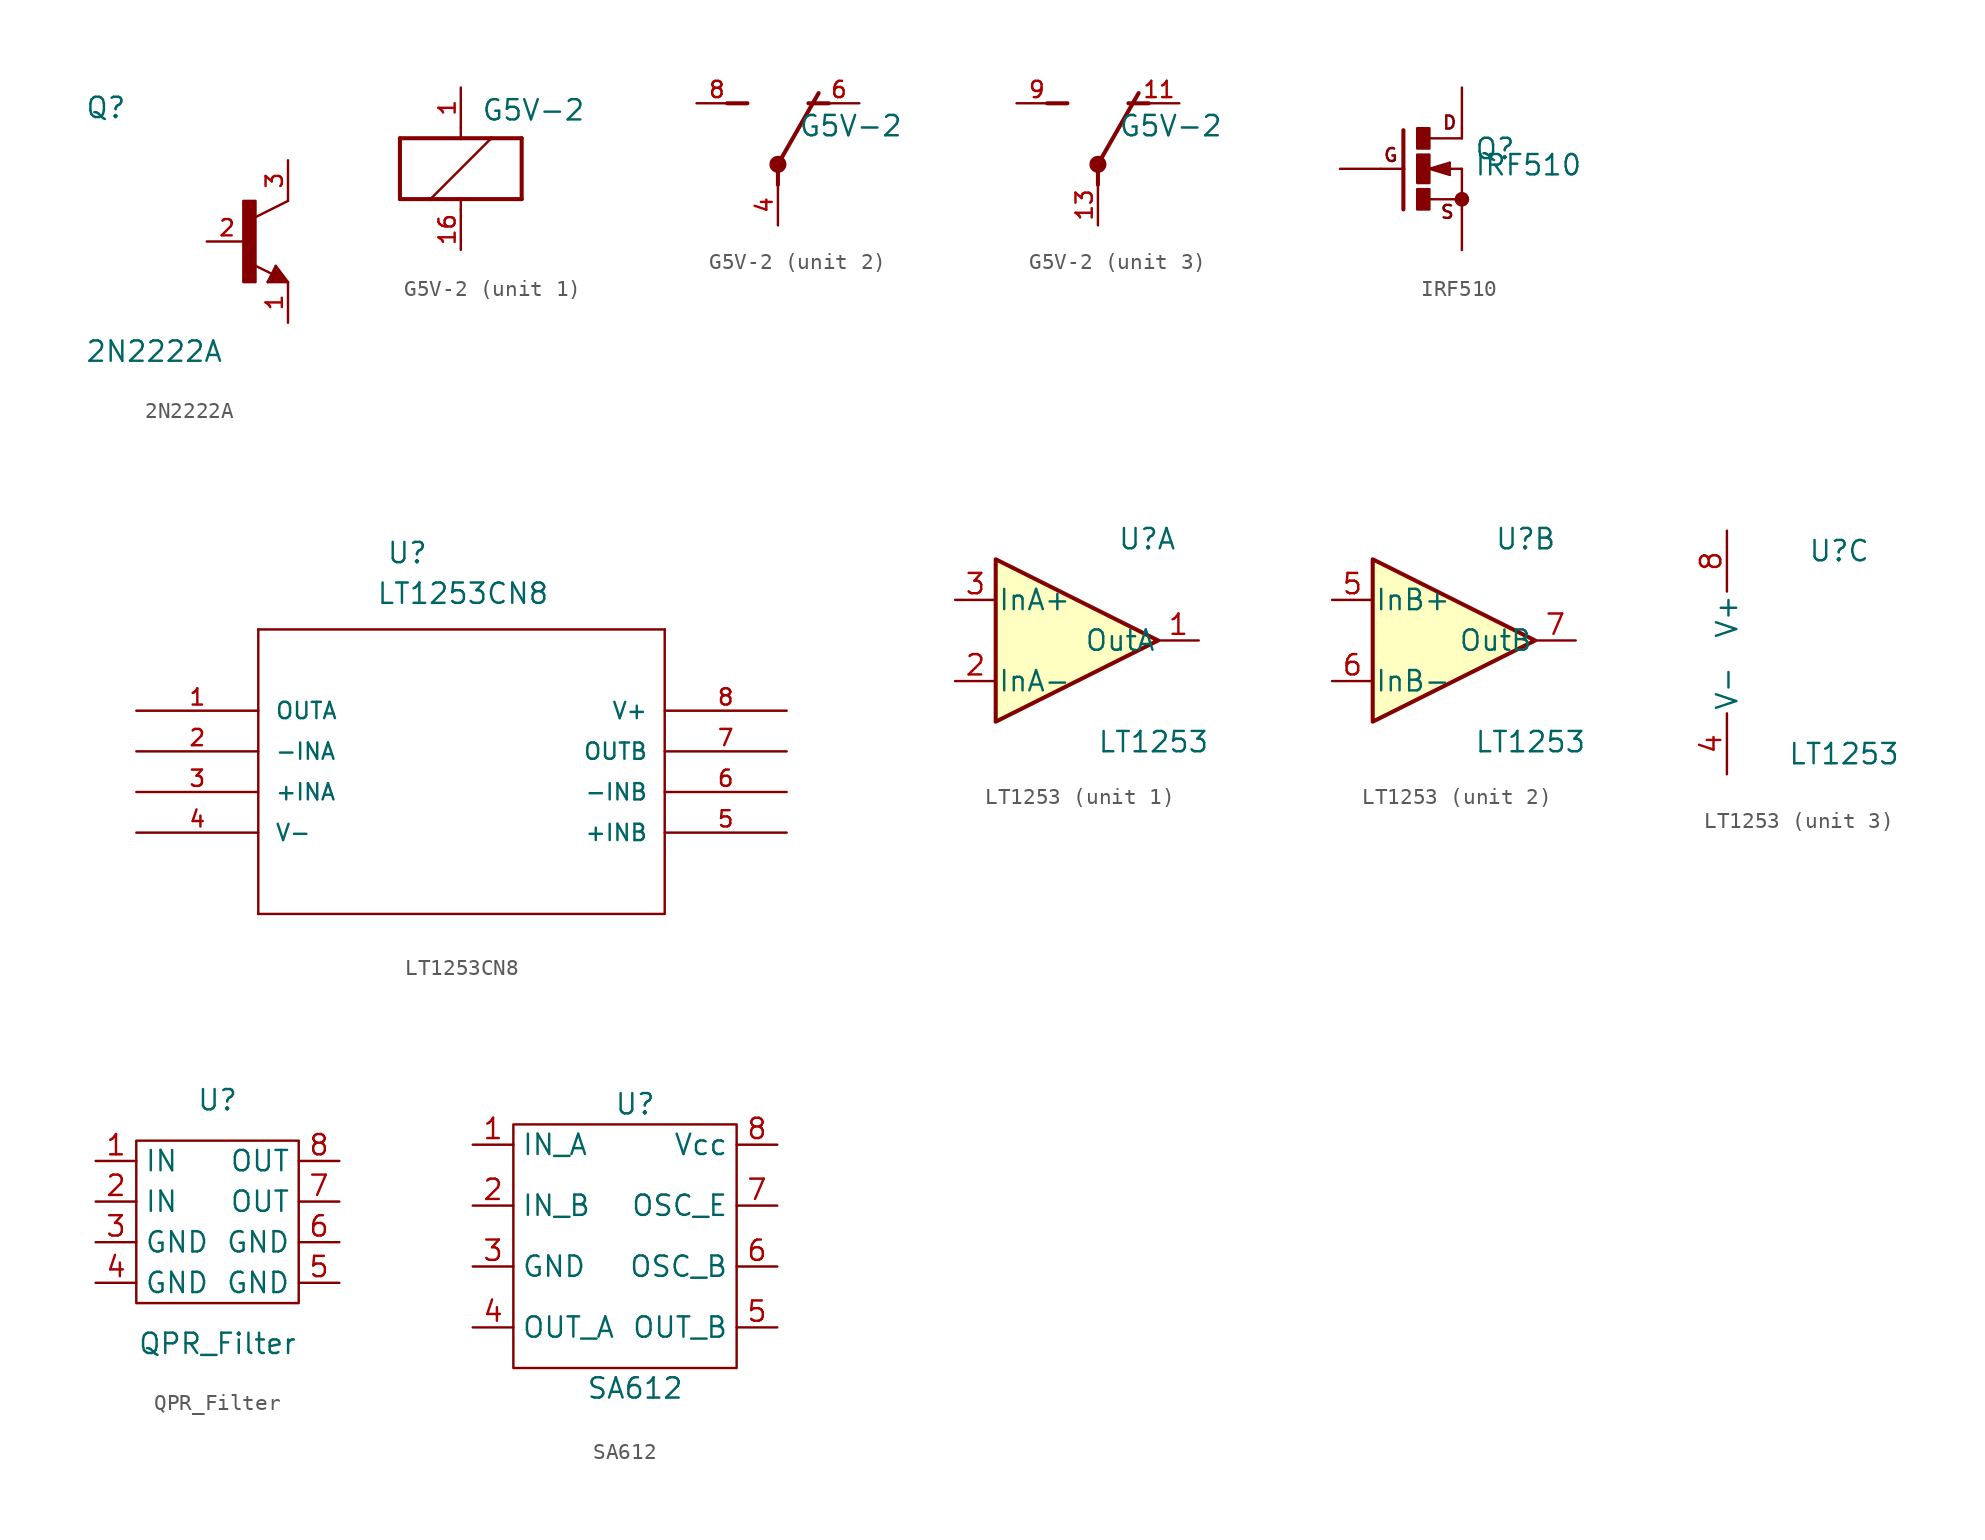
<source format=kicad_sym>
(kicad_symbol_lib
  (version 20211014)
  (generator kicad_symbol_editor)
  (symbol "2N2222A"
    (pin_names
      (offset 1.016) hide)
    (property "Reference" "Q"
      (at -10.16 7.62 0)
      (effects (font (size 1.27 1.27)) (justify left bottom)))
    (property "Value" "2N2222A"
      (at -10.16 -7.62 0)
      (effects (font (size 1.27 1.27)) (justify left bottom)))
    (property "ki_locked" ""
      (at 0 0 0)
      (effects (font (size 1.27 1.27))))
    (symbol "2N2222A_0_0"
      (rectangle (start -0.254 -2.54) (end 0.508 2.54) (stroke (width 0) (type default) (color 0 0 0 0)) (fill (type outline)))
      (polyline (pts (xy 1.27 -2.54) (xy 1.778 -1.524)) (stroke (width 0.152) (type default) (color 0 0 0 0)) (fill (type none)))
      (polyline (pts (xy 1.524 -2.413) (xy 2.286 -2.413)) (stroke (width 0.254) (type default) (color 0 0 0 0)) (fill (type none)))
      (polyline (pts (xy 1.524 -2.286) (xy 1.905 -2.286)) (stroke (width 0.254) (type default) (color 0 0 0 0)) (fill (type none)))
      (polyline (pts (xy 1.549 -2.032) (xy 0.305 -1.422)) (stroke (width 0.152) (type default) (color 0 0 0 0)) (fill (type none)))
      (polyline (pts (xy 1.778 -1.778) (xy 1.524 -2.286)) (stroke (width 0.254) (type default) (color 0 0 0 0)) (fill (type none)))
      (polyline (pts (xy 1.778 -1.524) (xy 2.54 -2.54)) (stroke (width 0.152) (type default) (color 0 0 0 0)) (fill (type none)))
      (polyline (pts (xy 1.905 -2.286) (xy 1.778 -2.032)) (stroke (width 0.254) (type default) (color 0 0 0 0)) (fill (type none)))
      (polyline (pts (xy 2.286 -2.413) (xy 1.778 -1.778)) (stroke (width 0.254) (type default) (color 0 0 0 0)) (fill (type none)))
      (polyline (pts (xy 2.54 -2.54) (xy 1.27 -2.54)) (stroke (width 0.152) (type default) (color 0 0 0 0)) (fill (type none)))
      (polyline (pts (xy 2.54 2.54) (xy 0.508 1.524)) (stroke (width 0.152) (type default) (color 0 0 0 0)) (fill (type none)))
      (pin passive line (at 2.54 -5.08 90) (length 2.54) (name "~" (effects (font (size 1.016 1.016)))) (number "1" (effects (font (size 1.016 1.016)))))
      (pin passive line (at -2.54 0 0) (length 2.54) (name "~" (effects (font (size 1.016 1.016)))) (number "2" (effects (font (size 1.016 1.016)))))
      (pin passive line (at 2.54 5.08 270) (length 2.54) (name "~" (effects (font (size 1.016 1.016)))) (number "3" (effects (font (size 1.016 1.016)))))))
  (symbol "G5V-2"
    (pin_names
      (offset 1.016) hide)
    (property "Reference" "K"
      (at 0 0 0)
      (effects (font (size 1.27 1.27)) (justify left bottom) hide))
    (property "Value" "G5V-2"
      (at 1.27 2.921 0)
      (effects (font (size 1.27 1.27)) (justify left bottom)))
    (property "ki_locked" ""
      (at 0 0 0)
      (effects (font (size 1.27 1.27))))
    (symbol "G5V-2_1_0"
      (polyline (pts (xy -3.81 -1.905) (xy -1.905 -1.905)) (stroke (width 0.254) (type default) (color 0 0 0 0)) (fill (type none)))
      (polyline (pts (xy -3.81 1.905) (xy -3.81 -1.905)) (stroke (width 0.254) (type default) (color 0 0 0 0)) (fill (type none)))
      (polyline (pts (xy -1.905 -1.905) (xy 0 -1.905)) (stroke (width 0.254) (type default) (color 0 0 0 0)) (fill (type none)))
      (polyline (pts (xy -1.905 -1.905) (xy 1.905 1.905)) (stroke (width 0.152) (type default) (color 0 0 0 0)) (fill (type none)))
      (polyline (pts (xy 0 -2.54) (xy 0 -1.905)) (stroke (width 0.152) (type default) (color 0 0 0 0)) (fill (type none)))
      (polyline (pts (xy 0 -1.905) (xy 3.81 -1.905)) (stroke (width 0.254) (type default) (color 0 0 0 0)) (fill (type none)))
      (polyline (pts (xy 0 1.905) (xy -3.81 1.905)) (stroke (width 0.254) (type default) (color 0 0 0 0)) (fill (type none)))
      (polyline (pts (xy 0 2.54) (xy 0 1.905)) (stroke (width 0.152) (type default) (color 0 0 0 0)) (fill (type none)))
      (polyline (pts (xy 1.905 1.905) (xy 0 1.905)) (stroke (width 0.254) (type default) (color 0 0 0 0)) (fill (type none)))
      (polyline (pts (xy 3.81 -1.905) (xy 3.81 1.905)) (stroke (width 0.254) (type default) (color 0 0 0 0)) (fill (type none)))
      (polyline (pts (xy 3.81 1.905) (xy 1.905 1.905)) (stroke (width 0.254) (type default) (color 0 0 0 0)) (fill (type none)))
      (pin passive line (at 0 5.08 270) (length 2.54) (name "~" (effects (font (size 1.016 1.016)))) (number "1" (effects (font (size 1.016 1.016)))))
      (pin passive line (at 0 -5.08 90) (length 2.54) (name "~" (effects (font (size 1.016 1.016)))) (number "16" (effects (font (size 1.016 1.016))))))
    (symbol "G5V-2_2_0"
      (polyline (pts (xy -3.175 5.08) (xy -1.905 5.08)) (stroke (width 0.254) (type default) (color 0 0 0 0)) (fill (type none)))
      (polyline (pts (xy 0 1.27) (xy 0 0)) (stroke (width 0.254) (type default) (color 0 0 0 0)) (fill (type none)))
      (polyline (pts (xy 0 1.27) (xy 2.54 5.715)) (stroke (width 0.254) (type default) (color 0 0 0 0)) (fill (type none)))
      (polyline (pts (xy 3.175 5.08) (xy 1.905 5.08)) (stroke (width 0.254) (type default) (color 0 0 0 0)) (fill (type none)))
      (circle (center 0 1.27) (radius 0.127) (stroke (width 0.406) (type default) (color 0 0 0 0)) (fill (type none)))
      (pin passive line (at 0 -2.54 90) (length 2.54) (name "~" (effects (font (size 1.016 1.016)))) (number "4" (effects (font (size 1.016 1.016)))))
      (pin passive line (at 5.08 5.08 180) (length 2.54) (name "~" (effects (font (size 1.016 1.016)))) (number "6" (effects (font (size 1.016 1.016)))))
      (pin passive line (at -5.08 5.08 0) (length 2.54) (name "~" (effects (font (size 1.016 1.016)))) (number "8" (effects (font (size 1.016 1.016))))))
    (symbol "G5V-2_3_0"
      (polyline (pts (xy -3.175 5.08) (xy -1.905 5.08)) (stroke (width 0.254) (type default) (color 0 0 0 0)) (fill (type none)))
      (polyline (pts (xy 0 1.27) (xy 0 0)) (stroke (width 0.254) (type default) (color 0 0 0 0)) (fill (type none)))
      (polyline (pts (xy 0 1.27) (xy 2.54 5.715)) (stroke (width 0.254) (type default) (color 0 0 0 0)) (fill (type none)))
      (polyline (pts (xy 3.175 5.08) (xy 1.905 5.08)) (stroke (width 0.254) (type default) (color 0 0 0 0)) (fill (type none)))
      (circle (center 0 1.27) (radius 0.127) (stroke (width 0.406) (type default) (color 0 0 0 0)) (fill (type none)))
      (pin passive line (at 5.08 5.08 180) (length 2.54) (name "~" (effects (font (size 1.016 1.016)))) (number "11" (effects (font (size 1.016 1.016)))))
      (pin passive line (at 0 -2.54 90) (length 2.54) (name "~" (effects (font (size 1.016 1.016)))) (number "13" (effects (font (size 1.016 1.016)))))
      (pin passive line (at -5.08 5.08 0) (length 2.54) (name "~" (effects (font (size 1.016 1.016)))) (number "9" (effects (font (size 1.016 1.016)))))))
  (symbol "IRF510"
    (pin_numbers hide)
    (pin_names
      (offset 1.016) hide)
    (property "Reference" "Q"
      (at 3.302 0.508 0)
      (effects (font (size 1.27 1.27)) (justify left bottom)))
    (property "Value" "IRF510"
      (at 3.302 -0.508 0)
      (effects (font (size 1.27 1.27)) (justify left bottom)))
    (property "ki_locked" ""
      (at 0 0 0)
      (effects (font (size 1.27 1.27))))
    (symbol "IRF510_0_0"
      (rectangle (start -0.254 -2.54) (end 0.508 -1.27) (stroke (width 0) (type default) (color 0 0 0 0)) (fill (type outline)))
      (rectangle (start -0.254 -0.889) (end 0.508 0.889) (stroke (width 0) (type default) (color 0 0 0 0)) (fill (type outline)))
      (rectangle (start -0.254 1.27) (end 0.508 2.54) (stroke (width 0) (type default) (color 0 0 0 0)) (fill (type outline)))
      (polyline (pts (xy -1.118 0) (xy -2.54 0)) (stroke (width 0.152) (type default) (color 0 0 0 0)) (fill (type none)))
      (polyline (pts (xy -1.118 0) (xy -1.118 -2.54)) (stroke (width 0.254) (type default) (color 0 0 0 0)) (fill (type none)))
      (polyline (pts (xy -1.118 2.413) (xy -1.118 0)) (stroke (width 0.254) (type default) (color 0 0 0 0)) (fill (type none)))
      (polyline (pts (xy 0.508 -1.905) (xy 2.54 -1.905)) (stroke (width 0.152) (type default) (color 0 0 0 0)) (fill (type none)))
      (polyline (pts (xy 0.508 0) (xy 1.143 0)) (stroke (width 0.152) (type default) (color 0 0 0 0)) (fill (type none)))
      (polyline (pts (xy 0.508 0) (xy 1.778 0.381)) (stroke (width 0.152) (type default) (color 0 0 0 0)) (fill (type none)))
      (polyline (pts (xy 1.143 0) (xy 1.651 -0.127)) (stroke (width 0.305) (type default) (color 0 0 0 0)) (fill (type none)))
      (polyline (pts (xy 1.143 0) (xy 2.54 0)) (stroke (width 0.152) (type default) (color 0 0 0 0)) (fill (type none)))
      (polyline (pts (xy 1.651 0.127) (xy 1.143 0)) (stroke (width 0.305) (type default) (color 0 0 0 0)) (fill (type none)))
      (polyline (pts (xy 1.778 -0.381) (xy 0.508 0)) (stroke (width 0.152) (type default) (color 0 0 0 0)) (fill (type none)))
      (polyline (pts (xy 1.778 0.381) (xy 1.778 -0.381)) (stroke (width 0.152) (type default) (color 0 0 0 0)) (fill (type none)))
      (polyline (pts (xy 2.54 -1.905) (xy 2.54 -2.54)) (stroke (width 0.152) (type default) (color 0 0 0 0)) (fill (type none)))
      (polyline (pts (xy 2.54 0) (xy 2.54 -1.905)) (stroke (width 0.152) (type default) (color 0 0 0 0)) (fill (type none)))
      (polyline (pts (xy 2.54 1.905) (xy 0.533 1.905)) (stroke (width 0.152) (type default) (color 0 0 0 0)) (fill (type none)))
      (polyline (pts (xy 2.54 2.54) (xy 2.54 1.905)) (stroke (width 0.152) (type default) (color 0 0 0 0)) (fill (type none)))
      (circle (center 2.54 -1.905) (radius 0.254) (stroke (width 0.406) (type default) (color 0 0 0 0)) (fill (type none)))
      (text "D" (at 1.27 2.413 0) (effects (font (size 0.813 0.813)) (justify left bottom)))
      (text "G" (at -2.413 0.381 0) (effects (font (size 0.813 0.813)) (justify left bottom)))
      (text "S" (at 1.143 -3.175 0) (effects (font (size 0.813 0.813)) (justify left bottom)))
      (pin passive line (at 2.54 -5.08 90) (length 2.54) (name "~" (effects (font (size 1.016 1.016)))) (number "1" (effects (font (size 1.016 1.016)))))
      (pin passive line (at 2.54 5.08 270) (length 2.54) (name "~" (effects (font (size 1.016 1.016)))) (number "2" (effects (font (size 1.016 1.016)))))
      (pin passive line (at -5.08 0 0) (length 2.54) (name "~" (effects (font (size 1.016 1.016)))) (number "3" (effects (font (size 1.016 1.016)))))))
  (symbol "LT1253CN8"
    (pin_names
      (offset 1.016))
    (property "Reference" "U"
      (at 15.621 9.119 0)
      (effects (font (size 1.27 1.27)) (justify left bottom)))
    (property "Value" "LT1253CN8"
      (at 14.986 6.579 0)
      (effects (font (size 1.27 1.27)) (justify left bottom)))
    (property "ki_locked" ""
      (at 0 0 0)
      (effects (font (size 1.27 1.27))))
    (symbol "LT1253CN8_0_0"
      (polyline (pts (xy 7.62 -12.7) (xy 33.02 -12.7)) (stroke (width 0.152) (type default) (color 0 0 0 0)) (fill (type none)))
      (polyline (pts (xy 7.62 5.08) (xy 7.62 -12.7)) (stroke (width 0.152) (type default) (color 0 0 0 0)) (fill (type none)))
      (polyline (pts (xy 33.02 -12.7) (xy 33.02 5.08)) (stroke (width 0.152) (type default) (color 0 0 0 0)) (fill (type none)))
      (polyline (pts (xy 33.02 5.08) (xy 7.62 5.08)) (stroke (width 0.152) (type default) (color 0 0 0 0)) (fill (type none)))
      (pin output line (at 0 0 0) (length 7.62) (name "OUTA" (effects (font (size 1.016 1.016)))) (number "1" (effects (font (size 1.016 1.016)))))
      (pin input line (at 0 -2.54 0) (length 7.62) (name "-INA" (effects (font (size 1.016 1.016)))) (number "2" (effects (font (size 1.016 1.016)))))
      (pin input line (at 0 -5.08 0) (length 7.62) (name "+INA" (effects (font (size 1.016 1.016)))) (number "3" (effects (font (size 1.016 1.016)))))
      (pin power_in line (at 0 -7.62 0) (length 7.62) (name "V-" (effects (font (size 1.016 1.016)))) (number "4" (effects (font (size 1.016 1.016)))))
      (pin input line (at 40.64 -7.62 180) (length 7.62) (name "+INB" (effects (font (size 1.016 1.016)))) (number "5" (effects (font (size 1.016 1.016)))))
      (pin input line (at 40.64 -5.08 180) (length 7.62) (name "-INB" (effects (font (size 1.016 1.016)))) (number "6" (effects (font (size 1.016 1.016)))))
      (pin output line (at 40.64 -2.54 180) (length 7.62) (name "OUTB" (effects (font (size 1.016 1.016)))) (number "7" (effects (font (size 1.016 1.016)))))
      (pin power_in line (at 40.64 0 180) (length 7.62) (name "V+" (effects (font (size 1.016 1.016)))) (number "8" (effects (font (size 1.016 1.016)))))))
  (symbol "LT1253"
    (pin_names
      (offset 0.127))
    (property "Reference" "U"
      (at 2.54 6.35 0)
      (effects (font (size 1.27 1.27)) (justify left)))
    (property "Value" "LT1253"
      (at 1.27 -6.35 0)
      (effects (font (size 1.27 1.27)) (justify left)))
    (property "ki_locked" ""
      (at 0 0 0)
      (effects (font (size 1.27 1.27))))
    (symbol "LT1253_1_1"
      (polyline (pts (xy -5.08 5.08) (xy 5.08 0) (xy -5.08 -5.08) (xy -5.08 5.08)) (stroke (width 0.254) (type default) (color 0 0 0 0)) (fill (type background)))
      (pin output line (at 7.62 0 180) (length 2.54) (name "OutA" (effects (font (size 1.27 1.27)))) (number "1" (effects (font (size 1.27 1.27)))))
      (pin input line (at -7.62 -2.54 0) (length 2.54) (name "InA-" (effects (font (size 1.27 1.27)))) (number "2" (effects (font (size 1.27 1.27)))))
      (pin input line (at -7.62 2.54 0) (length 2.54) (name "InA+" (effects (font (size 1.27 1.27)))) (number "3" (effects (font (size 1.27 1.27))))))
    (symbol "LT1253_2_1"
      (polyline (pts (xy -5.08 5.08) (xy 5.08 0) (xy -5.08 -5.08) (xy -5.08 5.08)) (stroke (width 0.254) (type default) (color 0 0 0 0)) (fill (type background)))
      (pin input line (at -7.62 2.54 0) (length 2.54) (name "InB+" (effects (font (size 1.27 1.27)))) (number "5" (effects (font (size 1.27 1.27)))))
      (pin input line (at -7.62 -2.54 0) (length 2.54) (name "InB-" (effects (font (size 1.27 1.27)))) (number "6" (effects (font (size 1.27 1.27)))))
      (pin output line (at 7.62 0 180) (length 2.54) (name "OutB" (effects (font (size 1.27 1.27)))) (number "7" (effects (font (size 1.27 1.27))))))
    (symbol "LT1253_3_1"
      (pin power_in line (at -2.54 -7.62 90) (length 3.81) (name "V-" (effects (font (size 1.27 1.27)))) (number "4" (effects (font (size 1.27 1.27)))))
      (pin power_in line (at -2.54 7.62 270) (length 3.81) (name "V+" (effects (font (size 1.27 1.27)))) (number "8" (effects (font (size 1.27 1.27)))))))
  (symbol "QPR_Filter"
    (property "Reference" "U"
      (at 0 7.62 0)
      (effects (font (size 1.27 1.27))))
    (property "Value" "QPR_Filter"
      (at 0 -7.62 0)
      (effects (font (size 1.27 1.27))))
    (symbol "QPR_Filter_0_1"
      (rectangle (start -5.08 5.08) (end 5.08 -5.08) (stroke (width 0) (type default) (color 0 0 0 0)) (fill (type none))))
    (symbol "QPR_Filter_1_1"
      (pin bidirectional line (at -7.62 3.81 0) (length 2.54) (name "IN" (effects (font (size 1.27 1.27)))) (number "1" (effects (font (size 1.27 1.27)))))
      (pin bidirectional line (at -7.62 1.27 0) (length 2.54) (name "IN" (effects (font (size 1.27 1.27)))) (number "2" (effects (font (size 1.27 1.27)))))
      (pin power_in line (at -7.62 -1.27 0) (length 2.54) (name "GND" (effects (font (size 1.27 1.27)))) (number "3" (effects (font (size 1.27 1.27)))))
      (pin power_in line (at -7.62 -3.81 0) (length 2.54) (name "GND" (effects (font (size 1.27 1.27)))) (number "4" (effects (font (size 1.27 1.27)))))
      (pin power_in line (at 7.62 -3.81 180) (length 2.54) (name "GND" (effects (font (size 1.27 1.27)))) (number "5" (effects (font (size 1.27 1.27)))))
      (pin power_in line (at 7.62 -1.27 180) (length 2.54) (name "GND" (effects (font (size 1.27 1.27)))) (number "6" (effects (font (size 1.27 1.27)))))
      (pin bidirectional line (at 7.62 1.27 180) (length 2.54) (name "OUT" (effects (font (size 1.27 1.27)))) (number "7" (effects (font (size 1.27 1.27)))))
      (pin bidirectional line (at 7.62 3.81 180) (length 2.54) (name "OUT" (effects (font (size 1.27 1.27)))) (number "8" (effects (font (size 1.27 1.27)))))))
  (symbol "SA612"
    (property "Reference" "U"
      (at 1.27 10.16 0)
      (effects (font (size 1.27 1.27))))
    (property "Value" "SA612"
      (at 1.27 -7.62 0)
      (effects (font (size 1.27 1.27))))
    (symbol "SA612_0_1"
      (rectangle (start -6.35 8.89) (end 7.62 -6.35) (stroke (width 0) (type default) (color 0 0 0 0)) (fill (type none))))
    (symbol "SA612_1_1"
      (pin input line (at -8.89 7.62 0) (length 2.54) (name "IN_A" (effects (font (size 1.27 1.27)))) (number "1" (effects (font (size 1.27 1.27)))))
      (pin input line (at -8.89 3.81 0) (length 2.54) (name "IN_B" (effects (font (size 1.27 1.27)))) (number "2" (effects (font (size 1.27 1.27)))))
      (pin power_in line (at -8.89 0 0) (length 2.54) (name "GND" (effects (font (size 1.27 1.27)))) (number "3" (effects (font (size 1.27 1.27)))))
      (pin output line (at -8.89 -3.81 0) (length 2.54) (name "OUT_A" (effects (font (size 1.27 1.27)))) (number "4" (effects (font (size 1.27 1.27)))))
      (pin output line (at 10.16 -3.81 180) (length 2.54) (name "OUT_B" (effects (font (size 1.27 1.27)))) (number "5" (effects (font (size 1.27 1.27)))))
      (pin input line (at 10.16 0 180) (length 2.54) (name "OSC_B" (effects (font (size 1.27 1.27)))) (number "6" (effects (font (size 1.27 1.27)))))
      (pin input line (at 10.16 3.81 180) (length 2.54) (name "OSC_E" (effects (font (size 1.27 1.27)))) (number "7" (effects (font (size 1.27 1.27)))))
      (pin power_in line (at 10.16 7.62 180) (length 2.54) (name "Vcc" (effects (font (size 1.27 1.27)))) (number "8" (effects (font (size 1.27 1.27))))))))
</source>
